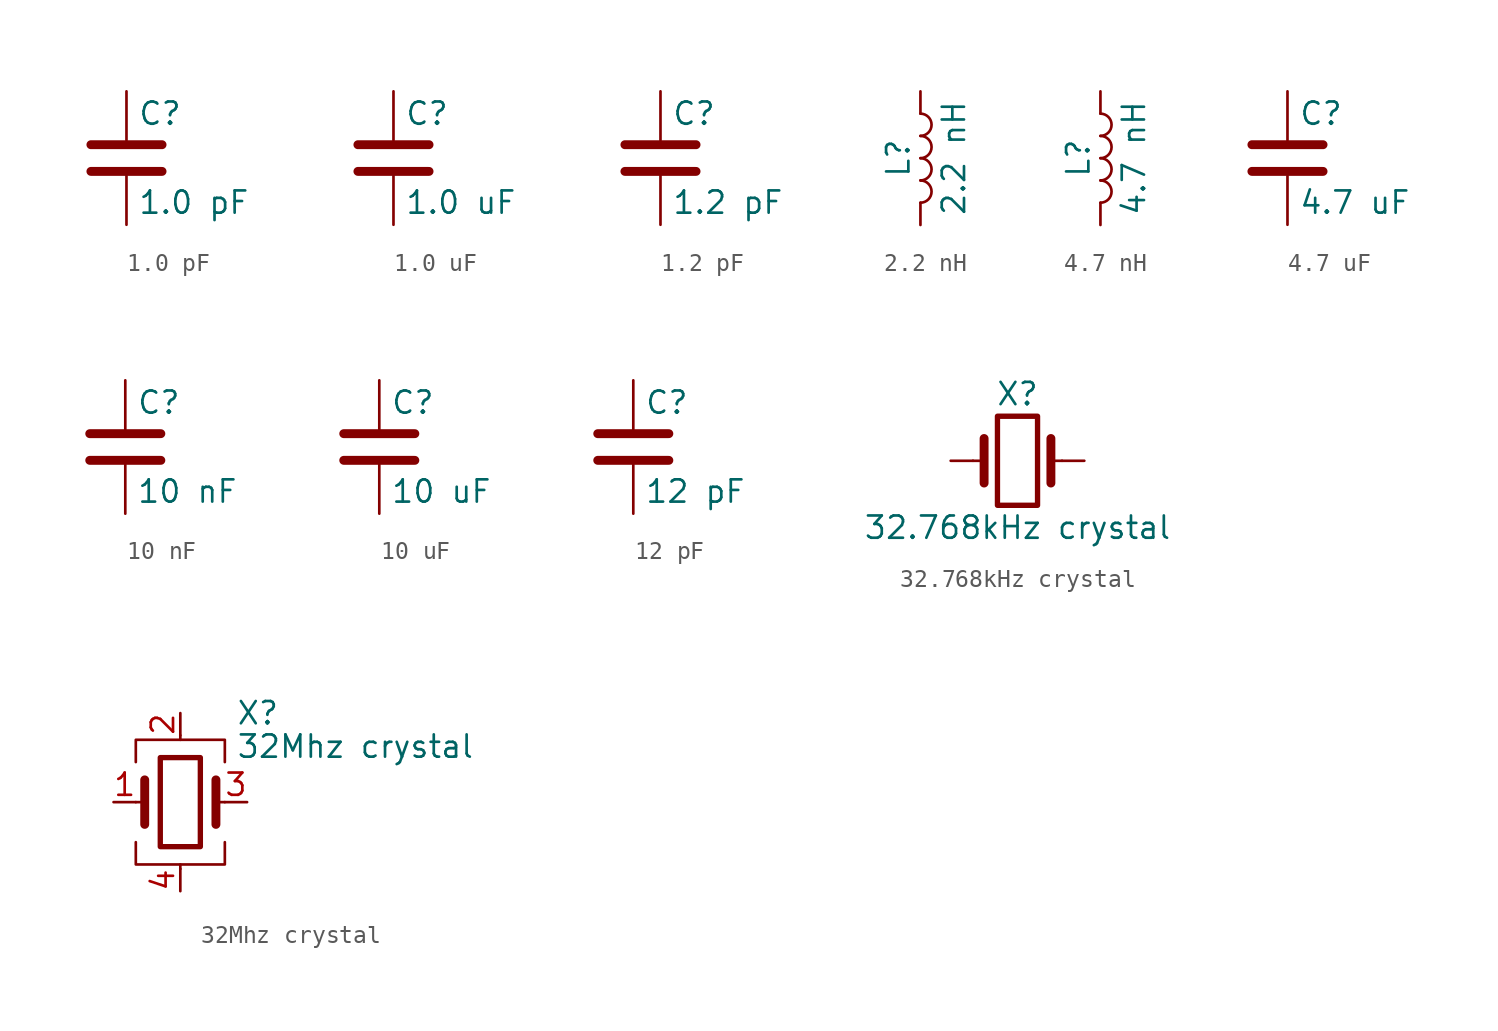
<source format=kicad_sym>
(kicad_symbol_lib
  (version 20231120)
  (generator "kicad_symbol_editor")
  (generator_version "8.0")
  (symbol "1.0 pF"
    (pin_numbers hide)
    (pin_names
      (offset 0.254))
    (property "Reference" "C"
      (at 0.635 2.54 0)
      (effects (font (size 1.27 1.27)) (justify left)))
    (property "Value" "1.0 pF"
      (at 0.635 -2.54 0)
      (effects (font (size 1.27 1.27)) (justify left)))
    (symbol "1.0 pF_0_1"
      (polyline (pts (xy -2.032 -0.762) (xy 2.032 -0.762)) (stroke (width 0.508) (type default)) (fill (type none)))
      (polyline (pts (xy -2.032 0.762) (xy 2.032 0.762)) (stroke (width 0.508) (type default)) (fill (type none))))
    (symbol "1.0 pF_1_1"
      (pin passive line (at 0 3.81 270) (length 2.794) (name "~" (effects (font (size 1.27 1.27)))) (number "1" (effects (font (size 1.27 1.27)))))
      (pin passive line (at 0 -3.81 90) (length 2.794) (name "~" (effects (font (size 1.27 1.27)))) (number "2" (effects (font (size 1.27 1.27)))))))
  (symbol "1.0 uF"
    (pin_numbers hide)
    (pin_names
      (offset 0.254))
    (property "Reference" "C"
      (at 0.635 2.54 0)
      (effects (font (size 1.27 1.27)) (justify left)))
    (property "Value" "1.0 uF"
      (at 0.635 -2.54 0)
      (effects (font (size 1.27 1.27)) (justify left)))
    (symbol "1.0 uF_0_1"
      (polyline (pts (xy -2.032 -0.762) (xy 2.032 -0.762)) (stroke (width 0.508) (type default)) (fill (type none)))
      (polyline (pts (xy -2.032 0.762) (xy 2.032 0.762)) (stroke (width 0.508) (type default)) (fill (type none))))
    (symbol "1.0 uF_1_1"
      (pin passive line (at 0 3.81 270) (length 2.794) (name "~" (effects (font (size 1.27 1.27)))) (number "1" (effects (font (size 1.27 1.27)))))
      (pin passive line (at 0 -3.81 90) (length 2.794) (name "~" (effects (font (size 1.27 1.27)))) (number "2" (effects (font (size 1.27 1.27)))))))
  (symbol "1.2 pF"
    (pin_numbers hide)
    (pin_names
      (offset 0.254))
    (property "Reference" "C"
      (at 0.635 2.54 0)
      (effects (font (size 1.27 1.27)) (justify left)))
    (property "Value" "1.2 pF"
      (at 0.635 -2.54 0)
      (effects (font (size 1.27 1.27)) (justify left)))
    (symbol "1.2 pF_0_1"
      (polyline (pts (xy -2.032 -0.762) (xy 2.032 -0.762)) (stroke (width 0.508) (type default)) (fill (type none)))
      (polyline (pts (xy -2.032 0.762) (xy 2.032 0.762)) (stroke (width 0.508) (type default)) (fill (type none))))
    (symbol "1.2 pF_1_1"
      (pin passive line (at 0 3.81 270) (length 2.794) (name "~" (effects (font (size 1.27 1.27)))) (number "1" (effects (font (size 1.27 1.27)))))
      (pin passive line (at 0 -3.81 90) (length 2.794) (name "~" (effects (font (size 1.27 1.27)))) (number "2" (effects (font (size 1.27 1.27)))))))
  (symbol "2.2 nH"
    (pin_numbers hide)
    (pin_names
      (offset 1.016) hide)
    (property "Reference" "L"
      (at -1.27 0 90)
      (effects (font (size 1.27 1.27))))
    (property "Value" "2.2 nH"
      (at 1.905 0 90)
      (effects (font (size 1.27 1.27))))
    (symbol "2.2 nH_0_1"
      (arc (start 0 -2.54) (mid 0.6323 -1.905) (end 0 -1.27) (stroke (width 0) (type default)) (fill (type none)))
      (arc (start 0 -1.27) (mid 0.6323 -0.635) (end 0 0) (stroke (width 0) (type default)) (fill (type none)))
      (arc (start 0 0) (mid 0.6323 0.635) (end 0 1.27) (stroke (width 0) (type default)) (fill (type none)))
      (arc (start 0 1.27) (mid 0.6323 1.905) (end 0 2.54) (stroke (width 0) (type default)) (fill (type none))))
    (symbol "2.2 nH_1_1"
      (pin passive line (at 0 3.81 270) (length 1.27) (name "1" (effects (font (size 1.27 1.27)))) (number "1" (effects (font (size 1.27 1.27)))))
      (pin passive line (at 0 -3.81 90) (length 1.27) (name "2" (effects (font (size 1.27 1.27)))) (number "2" (effects (font (size 1.27 1.27)))))))
  (symbol "4.7 nH"
    (pin_numbers hide)
    (pin_names
      (offset 1.016) hide)
    (property "Reference" "L"
      (at -1.27 0 90)
      (effects (font (size 1.27 1.27))))
    (property "Value" "4.7 nH"
      (at 1.905 0 90)
      (effects (font (size 1.27 1.27))))
    (symbol "4.7 nH_0_1"
      (arc (start 0 -2.54) (mid 0.6323 -1.905) (end 0 -1.27) (stroke (width 0) (type default)) (fill (type none)))
      (arc (start 0 -1.27) (mid 0.6323 -0.635) (end 0 0) (stroke (width 0) (type default)) (fill (type none)))
      (arc (start 0 0) (mid 0.6323 0.635) (end 0 1.27) (stroke (width 0) (type default)) (fill (type none)))
      (arc (start 0 1.27) (mid 0.6323 1.905) (end 0 2.54) (stroke (width 0) (type default)) (fill (type none))))
    (symbol "4.7 nH_1_1"
      (pin passive line (at 0 3.81 270) (length 1.27) (name "1" (effects (font (size 1.27 1.27)))) (number "1" (effects (font (size 1.27 1.27)))))
      (pin passive line (at 0 -3.81 90) (length 1.27) (name "2" (effects (font (size 1.27 1.27)))) (number "2" (effects (font (size 1.27 1.27)))))))
  (symbol "4.7 uF"
    (pin_numbers hide)
    (pin_names
      (offset 0.254))
    (property "Reference" "C"
      (at 0.635 2.54 0)
      (effects (font (size 1.27 1.27)) (justify left)))
    (property "Value" "4.7 uF"
      (at 0.635 -2.54 0)
      (effects (font (size 1.27 1.27)) (justify left)))
    (symbol "4.7 uF_0_1"
      (polyline (pts (xy -2.032 -0.762) (xy 2.032 -0.762)) (stroke (width 0.508) (type default)) (fill (type none)))
      (polyline (pts (xy -2.032 0.762) (xy 2.032 0.762)) (stroke (width 0.508) (type default)) (fill (type none))))
    (symbol "4.7 uF_1_1"
      (pin passive line (at 0 3.81 270) (length 2.794) (name "~" (effects (font (size 1.27 1.27)))) (number "1" (effects (font (size 1.27 1.27)))))
      (pin passive line (at 0 -3.81 90) (length 2.794) (name "~" (effects (font (size 1.27 1.27)))) (number "2" (effects (font (size 1.27 1.27)))))))
  (symbol "10 nF"
    (pin_numbers hide)
    (pin_names
      (offset 0.254))
    (property "Reference" "C"
      (at 0.635 2.54 0)
      (effects (font (size 1.27 1.27)) (justify left)))
    (property "Value" "10 nF"
      (at 0.635 -2.54 0)
      (effects (font (size 1.27 1.27)) (justify left)))
    (symbol "10 nF_0_1"
      (polyline (pts (xy -2.032 -0.762) (xy 2.032 -0.762)) (stroke (width 0.508) (type default)) (fill (type none)))
      (polyline (pts (xy -2.032 0.762) (xy 2.032 0.762)) (stroke (width 0.508) (type default)) (fill (type none))))
    (symbol "10 nF_1_1"
      (pin passive line (at 0 3.81 270) (length 2.794) (name "~" (effects (font (size 1.27 1.27)))) (number "1" (effects (font (size 1.27 1.27)))))
      (pin passive line (at 0 -3.81 90) (length 2.794) (name "~" (effects (font (size 1.27 1.27)))) (number "2" (effects (font (size 1.27 1.27)))))))
  (symbol "10 uF"
    (pin_numbers hide)
    (pin_names
      (offset 0.254))
    (property "Reference" "C"
      (at 0.635 2.54 0)
      (effects (font (size 1.27 1.27)) (justify left)))
    (property "Value" "10 uF"
      (at 0.635 -2.54 0)
      (effects (font (size 1.27 1.27)) (justify left)))
    (symbol "10 uF_0_1"
      (polyline (pts (xy -2.032 -0.762) (xy 2.032 -0.762)) (stroke (width 0.508) (type default)) (fill (type none)))
      (polyline (pts (xy -2.032 0.762) (xy 2.032 0.762)) (stroke (width 0.508) (type default)) (fill (type none))))
    (symbol "10 uF_1_1"
      (pin passive line (at 0 3.81 270) (length 2.794) (name "~" (effects (font (size 1.27 1.27)))) (number "1" (effects (font (size 1.27 1.27)))))
      (pin passive line (at 0 -3.81 90) (length 2.794) (name "~" (effects (font (size 1.27 1.27)))) (number "2" (effects (font (size 1.27 1.27)))))))
  (symbol "12 pF"
    (pin_numbers hide)
    (pin_names
      (offset 0.254))
    (property "Reference" "C"
      (at 0.635 2.54 0)
      (effects (font (size 1.27 1.27)) (justify left)))
    (property "Value" "12 pF"
      (at 0.635 -2.54 0)
      (effects (font (size 1.27 1.27)) (justify left)))
    (symbol "12 pF_0_1"
      (polyline (pts (xy -2.032 -0.762) (xy 2.032 -0.762)) (stroke (width 0.508) (type default)) (fill (type none)))
      (polyline (pts (xy -2.032 0.762) (xy 2.032 0.762)) (stroke (width 0.508) (type default)) (fill (type none))))
    (symbol "12 pF_1_1"
      (pin passive line (at 0 3.81 270) (length 2.794) (name "~" (effects (font (size 1.27 1.27)))) (number "1" (effects (font (size 1.27 1.27)))))
      (pin passive line (at 0 -3.81 90) (length 2.794) (name "~" (effects (font (size 1.27 1.27)))) (number "2" (effects (font (size 1.27 1.27)))))))
  (symbol "32.768kHz crystal"
    (pin_numbers hide)
    (pin_names
      (offset 1.016) hide)
    (property "Reference" "X"
      (at 0 3.81 0)
      (effects (font (size 1.27 1.27))))
    (property "Value" "32.768kHz crystal"
      (at 0 -3.81 0)
      (effects (font (size 1.27 1.27))))
    (symbol "32.768kHz crystal_0_1"
      (rectangle (start -1.143 2.54) (end 1.143 -2.54) (stroke (width 0.305) (type default)) (fill (type none)))
      (polyline (pts (xy -2.54 0) (xy -1.905 0)) (stroke (width 0) (type default)) (fill (type none)))
      (polyline (pts (xy -1.905 -1.27) (xy -1.905 1.27)) (stroke (width 0.508) (type default)) (fill (type none)))
      (polyline (pts (xy 1.905 -1.27) (xy 1.905 1.27)) (stroke (width 0.508) (type default)) (fill (type none)))
      (polyline (pts (xy 2.54 0) (xy 1.905 0)) (stroke (width 0) (type default)) (fill (type none))))
    (symbol "32.768kHz crystal_1_1"
      (pin passive line (at -3.81 0 0) (length 1.27) (name "1" (effects (font (size 1.27 1.27)))) (number "1" (effects (font (size 1.27 1.27)))))
      (pin passive line (at 3.81 0 180) (length 1.27) (name "2" (effects (font (size 1.27 1.27)))) (number "2" (effects (font (size 1.27 1.27)))))))
  (symbol "32Mhz crystal"
    (pin_names
      (offset 1.016) hide)
    (property "Reference" "X"
      (at 3.175 5.08 0)
      (effects (font (size 1.27 1.27)) (justify left)))
    (property "Value" "32Mhz crystal"
      (at 3.175 3.175 0)
      (effects (font (size 1.27 1.27)) (justify left)))
    (symbol "32Mhz crystal_0_1"
      (rectangle (start -1.143 2.54) (end 1.143 -2.54) (stroke (width 0.305) (type default)) (fill (type none)))
      (polyline (pts (xy -2.54 0) (xy -2.032 0)) (stroke (width 0) (type default)) (fill (type none)))
      (polyline (pts (xy -2.032 -1.27) (xy -2.032 1.27)) (stroke (width 0.508) (type default)) (fill (type none)))
      (polyline (pts (xy 0 -3.81) (xy 0 -3.556)) (stroke (width 0) (type default)) (fill (type none)))
      (polyline (pts (xy 0 3.556) (xy 0 3.81)) (stroke (width 0) (type default)) (fill (type none)))
      (polyline (pts (xy 2.032 -1.27) (xy 2.032 1.27)) (stroke (width 0.508) (type default)) (fill (type none)))
      (polyline (pts (xy 2.032 0) (xy 2.54 0)) (stroke (width 0) (type default)) (fill (type none)))
      (polyline (pts (xy -2.54 -2.286) (xy -2.54 -3.556) (xy 2.54 -3.556) (xy 2.54 -2.286)) (stroke (width 0) (type default)) (fill (type none)))
      (polyline (pts (xy -2.54 2.286) (xy -2.54 3.556) (xy 2.54 3.556) (xy 2.54 2.286)) (stroke (width 0) (type default)) (fill (type none))))
    (symbol "32Mhz crystal_1_1"
      (pin passive line (at -3.81 0 0) (length 1.27) (name "1" (effects (font (size 1.27 1.27)))) (number "1" (effects (font (size 1.27 1.27)))))
      (pin passive line (at 0 5.08 270) (length 1.27) (name "2" (effects (font (size 1.27 1.27)))) (number "2" (effects (font (size 1.27 1.27)))))
      (pin passive line (at 3.81 0 180) (length 1.27) (name "3" (effects (font (size 1.27 1.27)))) (number "3" (effects (font (size 1.27 1.27)))))
      (pin passive line (at 0 -5.08 90) (length 1.27) (name "4" (effects (font (size 1.27 1.27)))) (number "4" (effects (font (size 1.27 1.27))))))))
</source>
